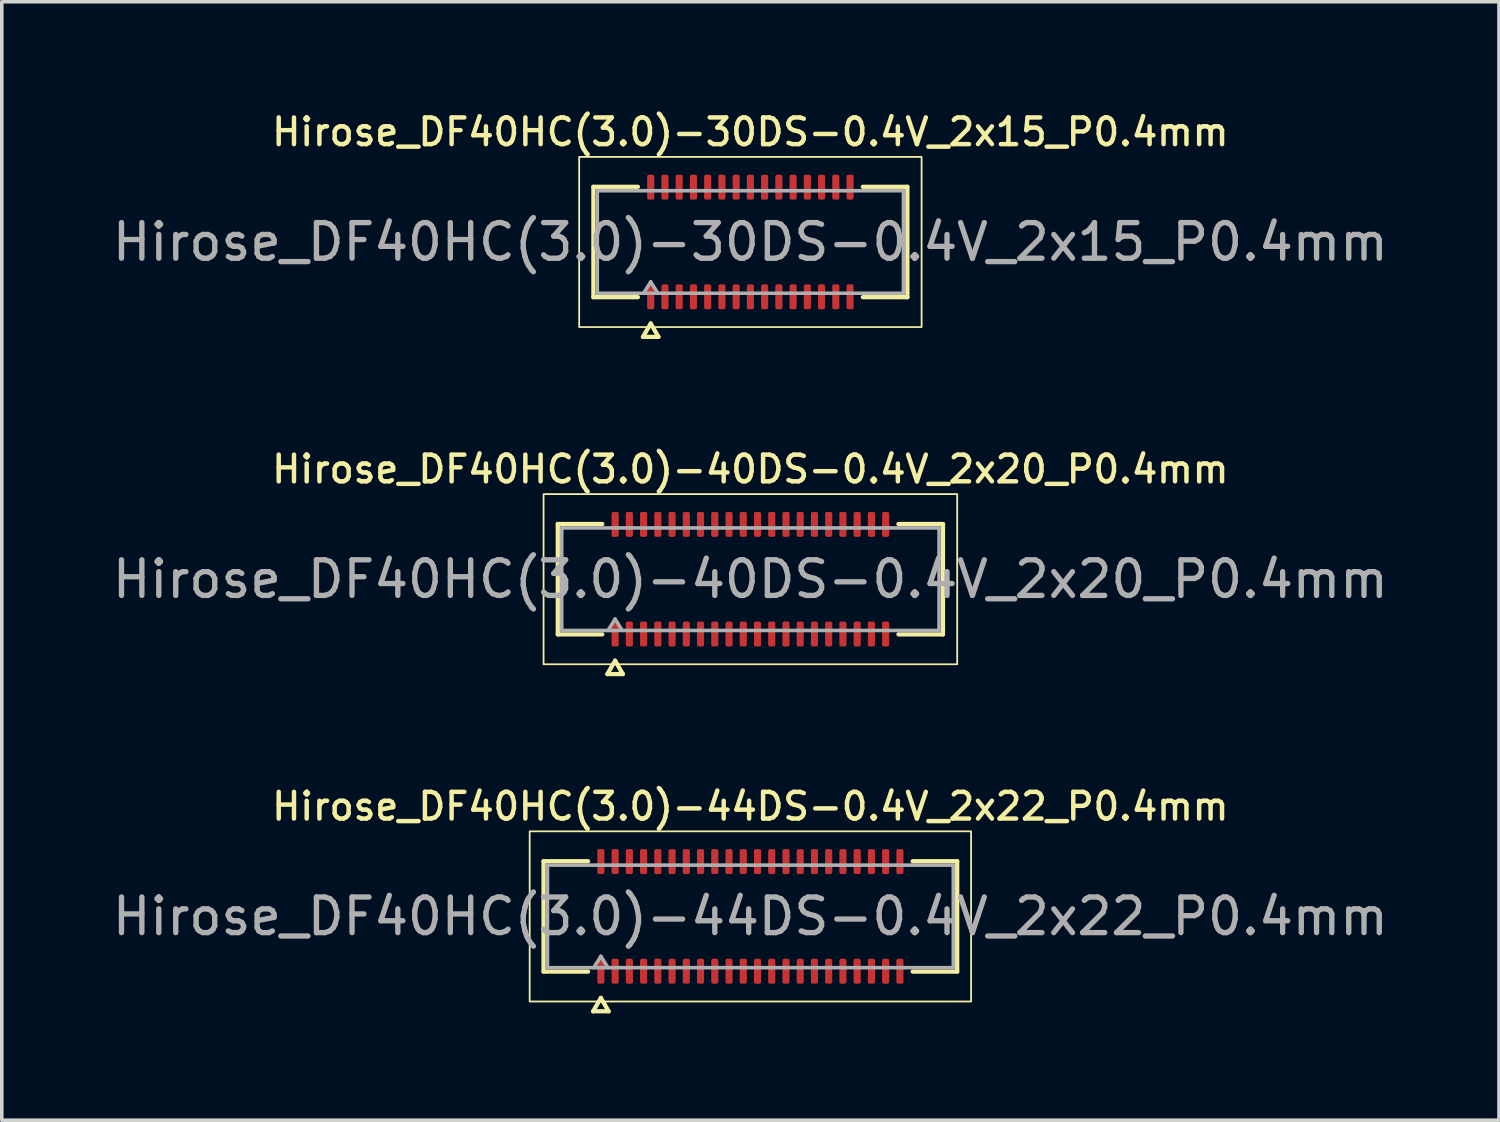
<source format=kicad_pcb>
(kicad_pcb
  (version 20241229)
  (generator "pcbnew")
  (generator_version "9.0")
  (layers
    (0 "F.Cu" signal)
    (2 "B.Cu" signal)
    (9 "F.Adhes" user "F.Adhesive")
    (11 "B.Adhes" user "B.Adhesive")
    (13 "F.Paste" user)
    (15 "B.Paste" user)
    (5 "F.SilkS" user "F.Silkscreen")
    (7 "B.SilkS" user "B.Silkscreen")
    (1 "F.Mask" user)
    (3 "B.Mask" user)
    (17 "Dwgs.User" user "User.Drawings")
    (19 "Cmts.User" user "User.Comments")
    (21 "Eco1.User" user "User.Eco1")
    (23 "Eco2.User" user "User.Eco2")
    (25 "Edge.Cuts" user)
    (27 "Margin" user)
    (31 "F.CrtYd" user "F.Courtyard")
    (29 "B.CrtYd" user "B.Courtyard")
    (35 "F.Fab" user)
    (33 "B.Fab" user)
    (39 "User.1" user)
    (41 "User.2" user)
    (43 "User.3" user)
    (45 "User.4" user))
  (footprint "Hirose_DF40HC(3.0)-40DS-0.4V_2x20_P0.4mm"
    (layer "F.Cu")
    (at 18.03 13.221)
    (property "Reference" "Hirose_DF40HC(3.0)-40DS-0.4V_2x20_P0.4mm" (at 0 -3.09 0) (layer "F.SilkS") (effects (font (size 0.75 0.75) (thickness 0.125))))
    (attr smd)
    (fp_line (start -5.41 -1.55) (end -4.16 -1.55) (stroke (width 0.12) (type solid)) (layer "F.SilkS"))
    (fp_line (start -5.41 1.55) (end -5.41 -1.55) (stroke (width 0.12) (type solid)) (layer "F.SilkS"))
    (fp_line (start -4.16 1.55) (end -5.41 1.55) (stroke (width 0.12) (type solid)) (layer "F.SilkS"))
    (fp_line (start -4.017 2.665) (end -3.8 2.29) (stroke (width 0.12) (type solid)) (layer "F.SilkS"))
    (fp_line (start -3.8 2.29) (end -3.583 2.665) (stroke (width 0.12) (type solid)) (layer "F.SilkS"))
    (fp_line (start -3.583 2.665) (end -4.017 2.665) (stroke (width 0.12) (type solid)) (layer "F.SilkS"))
    (fp_line (start 4.16 -1.55) (end 5.41 -1.55) (stroke (width 0.12) (type solid)) (layer "F.SilkS"))
    (fp_line (start 5.41 -1.55) (end 5.41 1.55) (stroke (width 0.12) (type solid)) (layer "F.SilkS"))
    (fp_line (start 5.41 1.55) (end 4.16 1.55) (stroke (width 0.12) (type solid)) (layer "F.SilkS"))
    (fp_rect (start -5.81 -2.39) (end 5.81 2.39) (stroke (width 0.05) (type solid)) (fill no) (layer "F.SilkS"))
    (fp_line (start -5.3 -1.44) (end 5.3 -1.44) (stroke (width 0.1) (type solid)) (layer "F.Fab"))
    (fp_line (start -5.3 1.44) (end -5.3 -1.44) (stroke (width 0.1) (type solid)) (layer "F.Fab"))
    (fp_line (start -4 1.44) (end -3.8 1.12) (stroke (width 0.1) (type solid)) (layer "F.Fab"))
    (fp_line (start -3.8 1.12) (end -3.6 1.44) (stroke (width 0.1) (type solid)) (layer "F.Fab"))
    (fp_line (start 5.3 -1.44) (end 5.3 1.44) (stroke (width 0.1) (type solid)) (layer "F.Fab"))
    (fp_line (start 5.3 1.44) (end -5.3 1.44) (stroke (width 0.1) (type solid)) (layer "F.Fab"))
    (fp_text user "${REFERENCE}" (at 0 0 0) (layer "F.Fab") (effects (font (size 1 1) (thickness 0.15))))
    (pad "1" smd roundrect (at -3.8 1.54) (size 0.2 0.7) (layers "F.Cu" "F.Mask" "F.Paste") (roundrect_rratio 0.25))
    (pad "2" smd roundrect (at -3.8 -1.54) (size 0.2 0.7) (layers "F.Cu" "F.Mask" "F.Paste") (roundrect_rratio 0.25))
    (pad "3" smd roundrect (at -3.4 1.54) (size 0.2 0.7) (layers "F.Cu" "F.Mask" "F.Paste") (roundrect_rratio 0.25))
    (pad "4" smd roundrect (at -3.4 -1.54) (size 0.2 0.7) (layers "F.Cu" "F.Mask" "F.Paste") (roundrect_rratio 0.25))
    (pad "5" smd roundrect (at -3 1.54) (size 0.2 0.7) (layers "F.Cu" "F.Mask" "F.Paste") (roundrect_rratio 0.25))
    (pad "6" smd roundrect (at -3 -1.54) (size 0.2 0.7) (layers "F.Cu" "F.Mask" "F.Paste") (roundrect_rratio 0.25))
    (pad "7" smd roundrect (at -2.6 1.54) (size 0.2 0.7) (layers "F.Cu" "F.Mask" "F.Paste") (roundrect_rratio 0.25))
    (pad "8" smd roundrect (at -2.6 -1.54) (size 0.2 0.7) (layers "F.Cu" "F.Mask" "F.Paste") (roundrect_rratio 0.25))
    (pad "9" smd roundrect (at -2.2 1.54) (size 0.2 0.7) (layers "F.Cu" "F.Mask" "F.Paste") (roundrect_rratio 0.25))
    (pad "10" smd roundrect (at -2.2 -1.54) (size 0.2 0.7) (layers "F.Cu" "F.Mask" "F.Paste") (roundrect_rratio 0.25))
    (pad "11" smd roundrect (at -1.8 1.54) (size 0.2 0.7) (layers "F.Cu" "F.Mask" "F.Paste") (roundrect_rratio 0.25))
    (pad "12" smd roundrect (at -1.8 -1.54) (size 0.2 0.7) (layers "F.Cu" "F.Mask" "F.Paste") (roundrect_rratio 0.25))
    (pad "13" smd roundrect (at -1.4 1.54) (size 0.2 0.7) (layers "F.Cu" "F.Mask" "F.Paste") (roundrect_rratio 0.25))
    (pad "14" smd roundrect (at -1.4 -1.54) (size 0.2 0.7) (layers "F.Cu" "F.Mask" "F.Paste") (roundrect_rratio 0.25))
    (pad "15" smd roundrect (at -1 1.54) (size 0.2 0.7) (layers "F.Cu" "F.Mask" "F.Paste") (roundrect_rratio 0.25))
    (pad "16" smd roundrect (at -1 -1.54) (size 0.2 0.7) (layers "F.Cu" "F.Mask" "F.Paste") (roundrect_rratio 0.25))
    (pad "17" smd roundrect (at -0.6 1.54) (size 0.2 0.7) (layers "F.Cu" "F.Mask" "F.Paste") (roundrect_rratio 0.25))
    (pad "18" smd roundrect (at -0.6 -1.54) (size 0.2 0.7) (layers "F.Cu" "F.Mask" "F.Paste") (roundrect_rratio 0.25))
    (pad "19" smd roundrect (at -0.2 1.54) (size 0.2 0.7) (layers "F.Cu" "F.Mask" "F.Paste") (roundrect_rratio 0.25))
    (pad "20" smd roundrect (at -0.2 -1.54) (size 0.2 0.7) (layers "F.Cu" "F.Mask" "F.Paste") (roundrect_rratio 0.25))
    (pad "21" smd roundrect (at 0.2 1.54) (size 0.2 0.7) (layers "F.Cu" "F.Mask" "F.Paste") (roundrect_rratio 0.25))
    (pad "22" smd roundrect (at 0.2 -1.54) (size 0.2 0.7) (layers "F.Cu" "F.Mask" "F.Paste") (roundrect_rratio 0.25))
    (pad "23" smd roundrect (at 0.6 1.54) (size 0.2 0.7) (layers "F.Cu" "F.Mask" "F.Paste") (roundrect_rratio 0.25))
    (pad "24" smd roundrect (at 0.6 -1.54) (size 0.2 0.7) (layers "F.Cu" "F.Mask" "F.Paste") (roundrect_rratio 0.25))
    (pad "25" smd roundrect (at 1 1.54) (size 0.2 0.7) (layers "F.Cu" "F.Mask" "F.Paste") (roundrect_rratio 0.25))
    (pad "26" smd roundrect (at 1 -1.54) (size 0.2 0.7) (layers "F.Cu" "F.Mask" "F.Paste") (roundrect_rratio 0.25))
    (pad "27" smd roundrect (at 1.4 1.54) (size 0.2 0.7) (layers "F.Cu" "F.Mask" "F.Paste") (roundrect_rratio 0.25))
    (pad "28" smd roundrect (at 1.4 -1.54) (size 0.2 0.7) (layers "F.Cu" "F.Mask" "F.Paste") (roundrect_rratio 0.25))
    (pad "29" smd roundrect (at 1.8 1.54) (size 0.2 0.7) (layers "F.Cu" "F.Mask" "F.Paste") (roundrect_rratio 0.25))
    (pad "30" smd roundrect (at 1.8 -1.54) (size 0.2 0.7) (layers "F.Cu" "F.Mask" "F.Paste") (roundrect_rratio 0.25))
    (pad "31" smd roundrect (at 2.2 1.54) (size 0.2 0.7) (layers "F.Cu" "F.Mask" "F.Paste") (roundrect_rratio 0.25))
    (pad "32" smd roundrect (at 2.2 -1.54) (size 0.2 0.7) (layers "F.Cu" "F.Mask" "F.Paste") (roundrect_rratio 0.25))
    (pad "33" smd roundrect (at 2.6 1.54) (size 0.2 0.7) (layers "F.Cu" "F.Mask" "F.Paste") (roundrect_rratio 0.25))
    (pad "34" smd roundrect (at 2.6 -1.54) (size 0.2 0.7) (layers "F.Cu" "F.Mask" "F.Paste") (roundrect_rratio 0.25))
    (pad "35" smd roundrect (at 3 1.54) (size 0.2 0.7) (layers "F.Cu" "F.Mask" "F.Paste") (roundrect_rratio 0.25))
    (pad "36" smd roundrect (at 3 -1.54) (size 0.2 0.7) (layers "F.Cu" "F.Mask" "F.Paste") (roundrect_rratio 0.25))
    (pad "37" smd roundrect (at 3.4 1.54) (size 0.2 0.7) (layers "F.Cu" "F.Mask" "F.Paste") (roundrect_rratio 0.25))
    (pad "38" smd roundrect (at 3.4 -1.54) (size 0.2 0.7) (layers "F.Cu" "F.Mask" "F.Paste") (roundrect_rratio 0.25))
    (pad "39" smd roundrect (at 3.8 1.54) (size 0.2 0.7) (layers "F.Cu" "F.Mask" "F.Paste") (roundrect_rratio 0.25))
    (pad "40" smd roundrect (at 3.8 -1.54) (size 0.2 0.7) (layers "F.Cu" "F.Mask" "F.Paste") (roundrect_rratio 0.25)))
  (footprint "Hirose_DF40HC(3.0)-44DS-0.4V_2x22_P0.4mm"
    (layer "F.Cu")
    (at 18.03 22.694)
    (property "Reference" "Hirose_DF40HC(3.0)-44DS-0.4V_2x22_P0.4mm" (at 0 -3.09 0) (layer "F.SilkS") (effects (font (size 0.75 0.75) (thickness 0.125))))
    (attr smd)
    (fp_line (start -5.81 -1.55) (end -4.56 -1.55) (stroke (width 0.12) (type solid)) (layer "F.SilkS"))
    (fp_line (start -5.81 1.55) (end -5.81 -1.55) (stroke (width 0.12) (type solid)) (layer "F.SilkS"))
    (fp_line (start -4.56 1.55) (end -5.81 1.55) (stroke (width 0.12) (type solid)) (layer "F.SilkS"))
    (fp_line (start -4.417 2.665) (end -4.2 2.29) (stroke (width 0.12) (type solid)) (layer "F.SilkS"))
    (fp_line (start -4.2 2.29) (end -3.983 2.665) (stroke (width 0.12) (type solid)) (layer "F.SilkS"))
    (fp_line (start -3.983 2.665) (end -4.417 2.665) (stroke (width 0.12) (type solid)) (layer "F.SilkS"))
    (fp_line (start 4.56 -1.55) (end 5.81 -1.55) (stroke (width 0.12) (type solid)) (layer "F.SilkS"))
    (fp_line (start 5.81 -1.55) (end 5.81 1.55) (stroke (width 0.12) (type solid)) (layer "F.SilkS"))
    (fp_line (start 5.81 1.55) (end 4.56 1.55) (stroke (width 0.12) (type solid)) (layer "F.SilkS"))
    (fp_rect (start -6.2 -2.39) (end 6.2 2.39) (stroke (width 0.05) (type solid)) (fill no) (layer "F.SilkS"))
    (fp_line (start -5.7 -1.44) (end 5.7 -1.44) (stroke (width 0.1) (type solid)) (layer "F.Fab"))
    (fp_line (start -5.7 1.44) (end -5.7 -1.44) (stroke (width 0.1) (type solid)) (layer "F.Fab"))
    (fp_line (start -4.4 1.44) (end -4.2 1.12) (stroke (width 0.1) (type solid)) (layer "F.Fab"))
    (fp_line (start -4.2 1.12) (end -4 1.44) (stroke (width 0.1) (type solid)) (layer "F.Fab"))
    (fp_line (start 5.7 -1.44) (end 5.7 1.44) (stroke (width 0.1) (type solid)) (layer "F.Fab"))
    (fp_line (start 5.7 1.44) (end -5.7 1.44) (stroke (width 0.1) (type solid)) (layer "F.Fab"))
    (fp_text user "${REFERENCE}" (at 0 0 0) (layer "F.Fab") (effects (font (size 1 1) (thickness 0.15))))
    (pad "1" smd roundrect (at -4.2 1.54) (size 0.2 0.7) (layers "F.Cu" "F.Mask" "F.Paste") (roundrect_rratio 0.25))
    (pad "2" smd roundrect (at -4.2 -1.54) (size 0.2 0.7) (layers "F.Cu" "F.Mask" "F.Paste") (roundrect_rratio 0.25))
    (pad "3" smd roundrect (at -3.8 1.54) (size 0.2 0.7) (layers "F.Cu" "F.Mask" "F.Paste") (roundrect_rratio 0.25))
    (pad "4" smd roundrect (at -3.8 -1.54) (size 0.2 0.7) (layers "F.Cu" "F.Mask" "F.Paste") (roundrect_rratio 0.25))
    (pad "5" smd roundrect (at -3.4 1.54) (size 0.2 0.7) (layers "F.Cu" "F.Mask" "F.Paste") (roundrect_rratio 0.25))
    (pad "6" smd roundrect (at -3.4 -1.54) (size 0.2 0.7) (layers "F.Cu" "F.Mask" "F.Paste") (roundrect_rratio 0.25))
    (pad "7" smd roundrect (at -3 1.54) (size 0.2 0.7) (layers "F.Cu" "F.Mask" "F.Paste") (roundrect_rratio 0.25))
    (pad "8" smd roundrect (at -3 -1.54) (size 0.2 0.7) (layers "F.Cu" "F.Mask" "F.Paste") (roundrect_rratio 0.25))
    (pad "9" smd roundrect (at -2.6 1.54) (size 0.2 0.7) (layers "F.Cu" "F.Mask" "F.Paste") (roundrect_rratio 0.25))
    (pad "10" smd roundrect (at -2.6 -1.54) (size 0.2 0.7) (layers "F.Cu" "F.Mask" "F.Paste") (roundrect_rratio 0.25))
    (pad "11" smd roundrect (at -2.2 1.54) (size 0.2 0.7) (layers "F.Cu" "F.Mask" "F.Paste") (roundrect_rratio 0.25))
    (pad "12" smd roundrect (at -2.2 -1.54) (size 0.2 0.7) (layers "F.Cu" "F.Mask" "F.Paste") (roundrect_rratio 0.25))
    (pad "13" smd roundrect (at -1.8 1.54) (size 0.2 0.7) (layers "F.Cu" "F.Mask" "F.Paste") (roundrect_rratio 0.25))
    (pad "14" smd roundrect (at -1.8 -1.54) (size 0.2 0.7) (layers "F.Cu" "F.Mask" "F.Paste") (roundrect_rratio 0.25))
    (pad "15" smd roundrect (at -1.4 1.54) (size 0.2 0.7) (layers "F.Cu" "F.Mask" "F.Paste") (roundrect_rratio 0.25))
    (pad "16" smd roundrect (at -1.4 -1.54) (size 0.2 0.7) (layers "F.Cu" "F.Mask" "F.Paste") (roundrect_rratio 0.25))
    (pad "17" smd roundrect (at -1 1.54) (size 0.2 0.7) (layers "F.Cu" "F.Mask" "F.Paste") (roundrect_rratio 0.25))
    (pad "18" smd roundrect (at -1 -1.54) (size 0.2 0.7) (layers "F.Cu" "F.Mask" "F.Paste") (roundrect_rratio 0.25))
    (pad "19" smd roundrect (at -0.6 1.54) (size 0.2 0.7) (layers "F.Cu" "F.Mask" "F.Paste") (roundrect_rratio 0.25))
    (pad "20" smd roundrect (at -0.6 -1.54) (size 0.2 0.7) (layers "F.Cu" "F.Mask" "F.Paste") (roundrect_rratio 0.25))
    (pad "21" smd roundrect (at -0.2 1.54) (size 0.2 0.7) (layers "F.Cu" "F.Mask" "F.Paste") (roundrect_rratio 0.25))
    (pad "22" smd roundrect (at -0.2 -1.54) (size 0.2 0.7) (layers "F.Cu" "F.Mask" "F.Paste") (roundrect_rratio 0.25))
    (pad "23" smd roundrect (at 0.2 1.54) (size 0.2 0.7) (layers "F.Cu" "F.Mask" "F.Paste") (roundrect_rratio 0.25))
    (pad "24" smd roundrect (at 0.2 -1.54) (size 0.2 0.7) (layers "F.Cu" "F.Mask" "F.Paste") (roundrect_rratio 0.25))
    (pad "25" smd roundrect (at 0.6 1.54) (size 0.2 0.7) (layers "F.Cu" "F.Mask" "F.Paste") (roundrect_rratio 0.25))
    (pad "26" smd roundrect (at 0.6 -1.54) (size 0.2 0.7) (layers "F.Cu" "F.Mask" "F.Paste") (roundrect_rratio 0.25))
    (pad "27" smd roundrect (at 1 1.54) (size 0.2 0.7) (layers "F.Cu" "F.Mask" "F.Paste") (roundrect_rratio 0.25))
    (pad "28" smd roundrect (at 1 -1.54) (size 0.2 0.7) (layers "F.Cu" "F.Mask" "F.Paste") (roundrect_rratio 0.25))
    (pad "29" smd roundrect (at 1.4 1.54) (size 0.2 0.7) (layers "F.Cu" "F.Mask" "F.Paste") (roundrect_rratio 0.25))
    (pad "30" smd roundrect (at 1.4 -1.54) (size 0.2 0.7) (layers "F.Cu" "F.Mask" "F.Paste") (roundrect_rratio 0.25))
    (pad "31" smd roundrect (at 1.8 1.54) (size 0.2 0.7) (layers "F.Cu" "F.Mask" "F.Paste") (roundrect_rratio 0.25))
    (pad "32" smd roundrect (at 1.8 -1.54) (size 0.2 0.7) (layers "F.Cu" "F.Mask" "F.Paste") (roundrect_rratio 0.25))
    (pad "33" smd roundrect (at 2.2 1.54) (size 0.2 0.7) (layers "F.Cu" "F.Mask" "F.Paste") (roundrect_rratio 0.25))
    (pad "34" smd roundrect (at 2.2 -1.54) (size 0.2 0.7) (layers "F.Cu" "F.Mask" "F.Paste") (roundrect_rratio 0.25))
    (pad "35" smd roundrect (at 2.6 1.54) (size 0.2 0.7) (layers "F.Cu" "F.Mask" "F.Paste") (roundrect_rratio 0.25))
    (pad "36" smd roundrect (at 2.6 -1.54) (size 0.2 0.7) (layers "F.Cu" "F.Mask" "F.Paste") (roundrect_rratio 0.25))
    (pad "37" smd roundrect (at 3 1.54) (size 0.2 0.7) (layers "F.Cu" "F.Mask" "F.Paste") (roundrect_rratio 0.25))
    (pad "38" smd roundrect (at 3 -1.54) (size 0.2 0.7) (layers "F.Cu" "F.Mask" "F.Paste") (roundrect_rratio 0.25))
    (pad "39" smd roundrect (at 3.4 1.54) (size 0.2 0.7) (layers "F.Cu" "F.Mask" "F.Paste") (roundrect_rratio 0.25))
    (pad "40" smd roundrect (at 3.4 -1.54) (size 0.2 0.7) (layers "F.Cu" "F.Mask" "F.Paste") (roundrect_rratio 0.25))
    (pad "41" smd roundrect (at 3.8 1.54) (size 0.2 0.7) (layers "F.Cu" "F.Mask" "F.Paste") (roundrect_rratio 0.25))
    (pad "42" smd roundrect (at 3.8 -1.54) (size 0.2 0.7) (layers "F.Cu" "F.Mask" "F.Paste") (roundrect_rratio 0.25))
    (pad "43" smd roundrect (at 4.2 1.54) (size 0.2 0.7) (layers "F.Cu" "F.Mask" "F.Paste") (roundrect_rratio 0.25))
    (pad "44" smd roundrect (at 4.2 -1.54) (size 0.2 0.7) (layers "F.Cu" "F.Mask" "F.Paste") (roundrect_rratio 0.25)))
  (footprint "Hirose_DF40HC(3.0)-30DS-0.4V_2x15_P0.4mm"
    (layer "F.Cu")
    (at 18.03 3.748)
    (property "Reference" "Hirose_DF40HC(3.0)-30DS-0.4V_2x15_P0.4mm" (at 0 -3.09 0) (layer "F.SilkS") (effects (font (size 0.75 0.75) (thickness 0.125))))
    (attr smd)
    (fp_line (start -4.41 -1.55) (end -3.16 -1.55) (stroke (width 0.12) (type solid)) (layer "F.SilkS"))
    (fp_line (start -4.41 1.55) (end -4.41 -1.55) (stroke (width 0.12) (type solid)) (layer "F.SilkS"))
    (fp_line (start -3.16 1.55) (end -4.41 1.55) (stroke (width 0.12) (type solid)) (layer "F.SilkS"))
    (fp_line (start -3.017 2.665) (end -2.8 2.29) (stroke (width 0.12) (type solid)) (layer "F.SilkS"))
    (fp_line (start -2.8 2.29) (end -2.583 2.665) (stroke (width 0.12) (type solid)) (layer "F.SilkS"))
    (fp_line (start -2.583 2.665) (end -3.017 2.665) (stroke (width 0.12) (type solid)) (layer "F.SilkS"))
    (fp_line (start 3.16 -1.55) (end 4.41 -1.55) (stroke (width 0.12) (type solid)) (layer "F.SilkS"))
    (fp_line (start 4.41 -1.55) (end 4.41 1.55) (stroke (width 0.12) (type solid)) (layer "F.SilkS"))
    (fp_line (start 4.41 1.55) (end 3.16 1.55) (stroke (width 0.12) (type solid)) (layer "F.SilkS"))
    (fp_rect (start -4.81 -2.39) (end 4.81 2.39) (stroke (width 0.05) (type solid)) (fill no) (layer "F.SilkS"))
    (fp_line (start -4.3 -1.44) (end 4.3 -1.44) (stroke (width 0.1) (type solid)) (layer "F.Fab"))
    (fp_line (start -4.3 1.44) (end -4.3 -1.44) (stroke (width 0.1) (type solid)) (layer "F.Fab"))
    (fp_line (start -3 1.44) (end -2.8 1.12) (stroke (width 0.1) (type solid)) (layer "F.Fab"))
    (fp_line (start -2.8 1.12) (end -2.6 1.44) (stroke (width 0.1) (type solid)) (layer "F.Fab"))
    (fp_line (start 4.3 -1.44) (end 4.3 1.44) (stroke (width 0.1) (type solid)) (layer "F.Fab"))
    (fp_line (start 4.3 1.44) (end -4.3 1.44) (stroke (width 0.1) (type solid)) (layer "F.Fab"))
    (fp_text user "${REFERENCE}" (at 0 0 0) (layer "F.Fab") (effects (font (size 1 1) (thickness 0.15))))
    (pad "1" smd roundrect (at -2.8 1.54) (size 0.2 0.7) (layers "F.Cu" "F.Mask" "F.Paste") (roundrect_rratio 0.25))
    (pad "2" smd roundrect (at -2.8 -1.54) (size 0.2 0.7) (layers "F.Cu" "F.Mask" "F.Paste") (roundrect_rratio 0.25))
    (pad "3" smd roundrect (at -2.4 1.54) (size 0.2 0.7) (layers "F.Cu" "F.Mask" "F.Paste") (roundrect_rratio 0.25))
    (pad "4" smd roundrect (at -2.4 -1.54) (size 0.2 0.7) (layers "F.Cu" "F.Mask" "F.Paste") (roundrect_rratio 0.25))
    (pad "5" smd roundrect (at -2 1.54) (size 0.2 0.7) (layers "F.Cu" "F.Mask" "F.Paste") (roundrect_rratio 0.25))
    (pad "6" smd roundrect (at -2 -1.54) (size 0.2 0.7) (layers "F.Cu" "F.Mask" "F.Paste") (roundrect_rratio 0.25))
    (pad "7" smd roundrect (at -1.6 1.54) (size 0.2 0.7) (layers "F.Cu" "F.Mask" "F.Paste") (roundrect_rratio 0.25))
    (pad "8" smd roundrect (at -1.6 -1.54) (size 0.2 0.7) (layers "F.Cu" "F.Mask" "F.Paste") (roundrect_rratio 0.25))
    (pad "9" smd roundrect (at -1.2 1.54) (size 0.2 0.7) (layers "F.Cu" "F.Mask" "F.Paste") (roundrect_rratio 0.25))
    (pad "10" smd roundrect (at -1.2 -1.54) (size 0.2 0.7) (layers "F.Cu" "F.Mask" "F.Paste") (roundrect_rratio 0.25))
    (pad "11" smd roundrect (at -0.8 1.54) (size 0.2 0.7) (layers "F.Cu" "F.Mask" "F.Paste") (roundrect_rratio 0.25))
    (pad "12" smd roundrect (at -0.8 -1.54) (size 0.2 0.7) (layers "F.Cu" "F.Mask" "F.Paste") (roundrect_rratio 0.25))
    (pad "13" smd roundrect (at -0.4 1.54) (size 0.2 0.7) (layers "F.Cu" "F.Mask" "F.Paste") (roundrect_rratio 0.25))
    (pad "14" smd roundrect (at -0.4 -1.54) (size 0.2 0.7) (layers "F.Cu" "F.Mask" "F.Paste") (roundrect_rratio 0.25))
    (pad "15" smd roundrect (at 0 1.54) (size 0.2 0.7) (layers "F.Cu" "F.Mask" "F.Paste") (roundrect_rratio 0.25))
    (pad "16" smd roundrect (at 0 -1.54) (size 0.2 0.7) (layers "F.Cu" "F.Mask" "F.Paste") (roundrect_rratio 0.25))
    (pad "17" smd roundrect (at 0.4 1.54) (size 0.2 0.7) (layers "F.Cu" "F.Mask" "F.Paste") (roundrect_rratio 0.25))
    (pad "18" smd roundrect (at 0.4 -1.54) (size 0.2 0.7) (layers "F.Cu" "F.Mask" "F.Paste") (roundrect_rratio 0.25))
    (pad "19" smd roundrect (at 0.8 1.54) (size 0.2 0.7) (layers "F.Cu" "F.Mask" "F.Paste") (roundrect_rratio 0.25))
    (pad "20" smd roundrect (at 0.8 -1.54) (size 0.2 0.7) (layers "F.Cu" "F.Mask" "F.Paste") (roundrect_rratio 0.25))
    (pad "21" smd roundrect (at 1.2 1.54) (size 0.2 0.7) (layers "F.Cu" "F.Mask" "F.Paste") (roundrect_rratio 0.25))
    (pad "22" smd roundrect (at 1.2 -1.54) (size 0.2 0.7) (layers "F.Cu" "F.Mask" "F.Paste") (roundrect_rratio 0.25))
    (pad "23" smd roundrect (at 1.6 1.54) (size 0.2 0.7) (layers "F.Cu" "F.Mask" "F.Paste") (roundrect_rratio 0.25))
    (pad "24" smd roundrect (at 1.6 -1.54) (size 0.2 0.7) (layers "F.Cu" "F.Mask" "F.Paste") (roundrect_rratio 0.25))
    (pad "25" smd roundrect (at 2 1.54) (size 0.2 0.7) (layers "F.Cu" "F.Mask" "F.Paste") (roundrect_rratio 0.25))
    (pad "26" smd roundrect (at 2 -1.54) (size 0.2 0.7) (layers "F.Cu" "F.Mask" "F.Paste") (roundrect_rratio 0.25))
    (pad "27" smd roundrect (at 2.4 1.54) (size 0.2 0.7) (layers "F.Cu" "F.Mask" "F.Paste") (roundrect_rratio 0.25))
    (pad "28" smd roundrect (at 2.4 -1.54) (size 0.2 0.7) (layers "F.Cu" "F.Mask" "F.Paste") (roundrect_rratio 0.25))
    (pad "29" smd roundrect (at 2.8 1.54) (size 0.2 0.7) (layers "F.Cu" "F.Mask" "F.Paste") (roundrect_rratio 0.25))
    (pad "30" smd roundrect (at 2.8 -1.54) (size 0.2 0.7) (layers "F.Cu" "F.Mask" "F.Paste") (roundrect_rratio 0.25)))
  (gr_rect
    (start -3 -3)
    (end 39.06 28.419)
    (stroke (width 0.1) (type default))
    (fill no)
    (layer "Edge.Cuts")))
</source>
